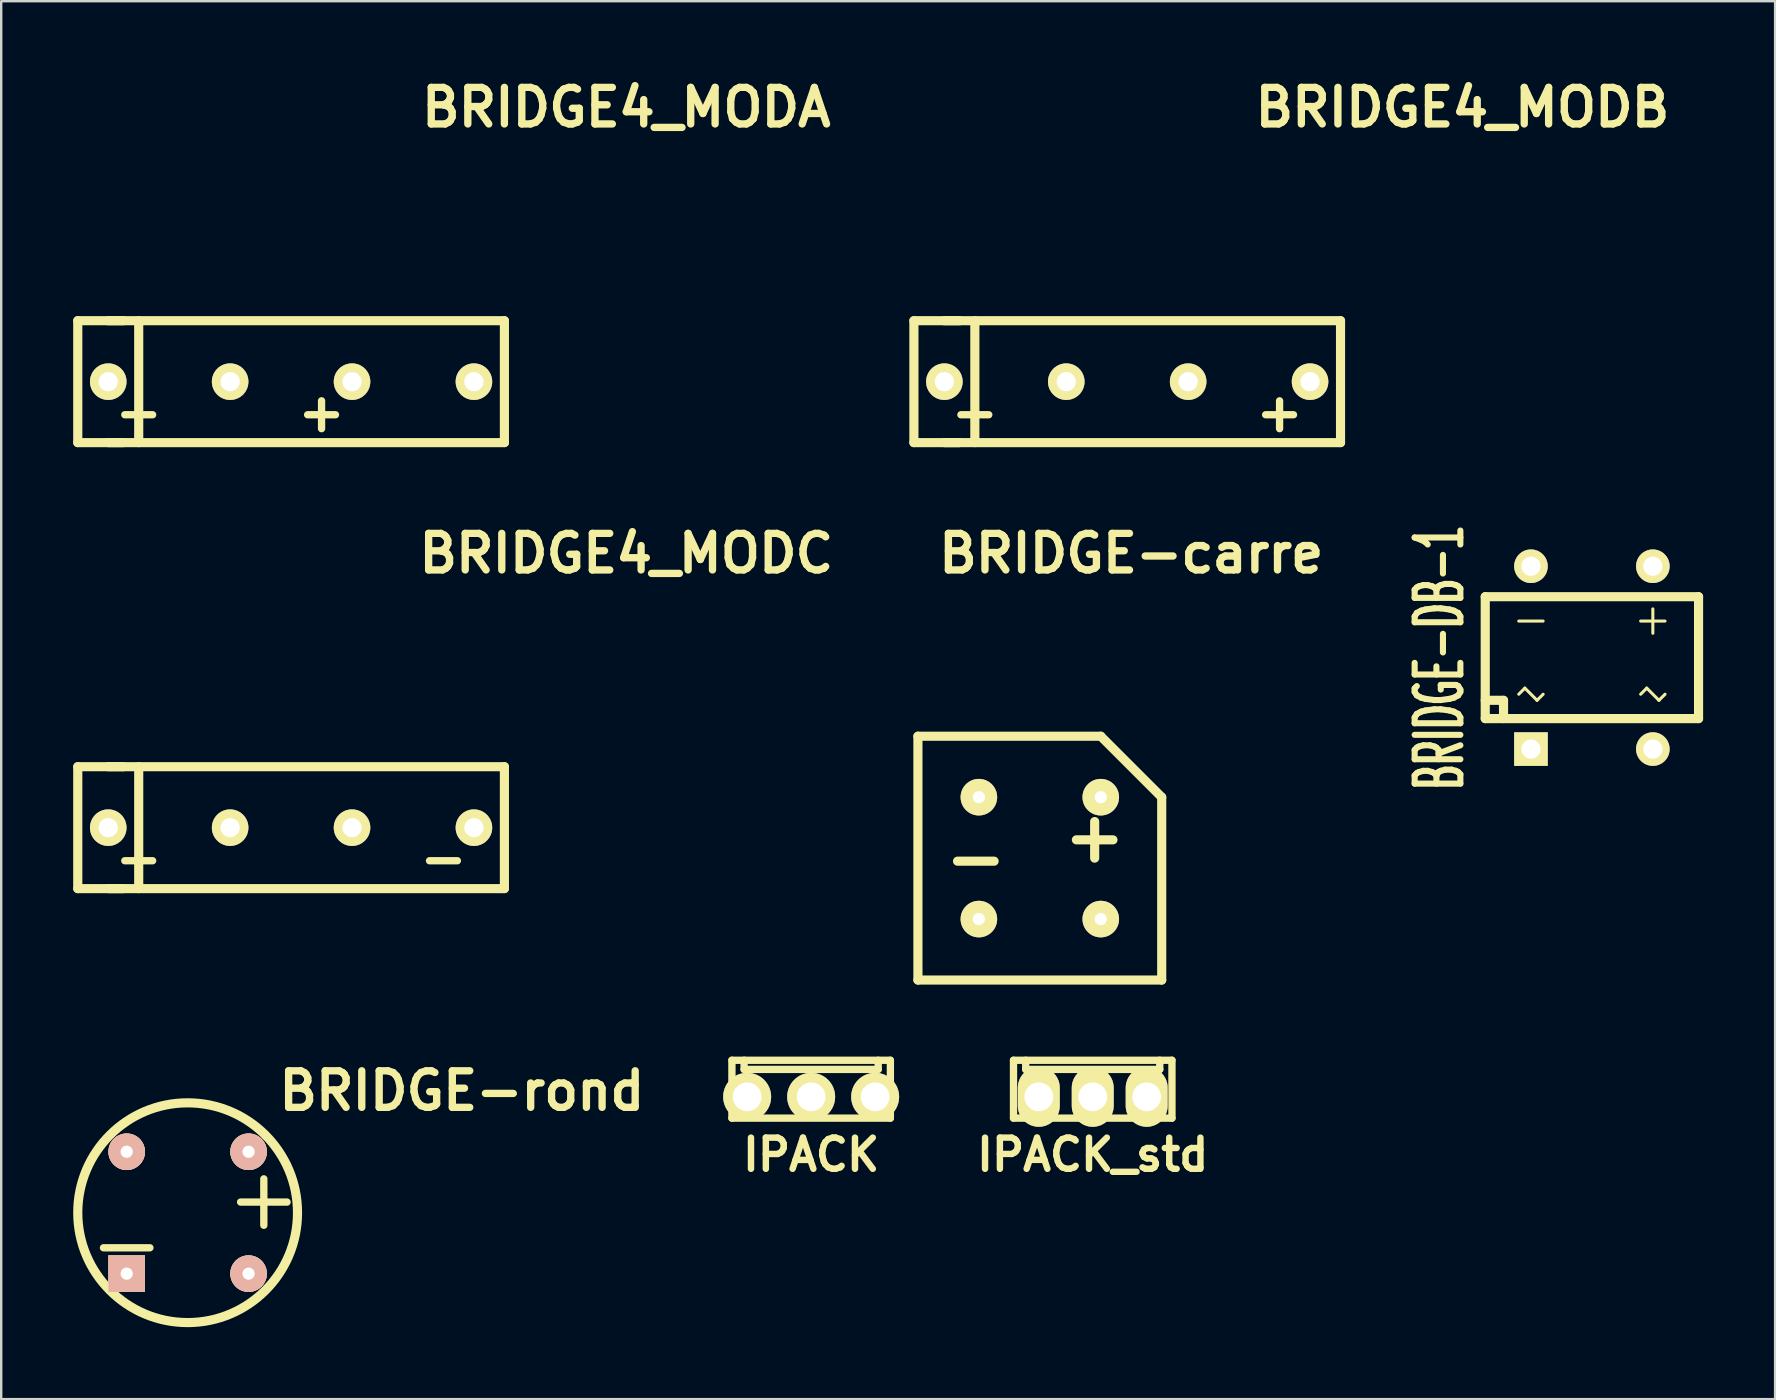
<source format=kicad_pcb>
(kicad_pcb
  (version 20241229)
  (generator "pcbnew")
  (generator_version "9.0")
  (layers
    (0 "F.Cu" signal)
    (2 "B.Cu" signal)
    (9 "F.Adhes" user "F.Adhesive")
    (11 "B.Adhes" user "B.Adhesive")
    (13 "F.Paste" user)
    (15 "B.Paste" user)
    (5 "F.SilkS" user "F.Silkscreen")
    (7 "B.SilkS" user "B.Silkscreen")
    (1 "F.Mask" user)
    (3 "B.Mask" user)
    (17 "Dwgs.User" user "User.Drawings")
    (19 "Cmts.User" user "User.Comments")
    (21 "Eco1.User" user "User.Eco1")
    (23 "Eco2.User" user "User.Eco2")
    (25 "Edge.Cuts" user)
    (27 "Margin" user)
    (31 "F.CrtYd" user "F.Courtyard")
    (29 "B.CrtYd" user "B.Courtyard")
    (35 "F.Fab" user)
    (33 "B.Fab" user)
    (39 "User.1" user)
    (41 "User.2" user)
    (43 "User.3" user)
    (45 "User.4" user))
  (footprint "BRIDGE4_MODB"
    (layer "F.Cu")
    (at 43.927 12.856)
    (property "Reference" "BRIDGE4_MODB" (at 13.97 -11.43 0) (layer "F.SilkS") (effects (font (size 1.524 1.524) (thickness 0.305))))
    (attr through_hole)
    (fp_line (start -8.89 2.54) (end -8.89 -2.54) (stroke (width 0.381) (type solid)) (layer "F.SilkS"))
    (fp_line (start -8.89 2.54) (end 8.89 2.54) (stroke (width 0.381) (type solid)) (layer "F.SilkS"))
    (fp_line (start -7.62 -2.54) (end -6.985 -2.54) (stroke (width 0.381) (type solid)) (layer "F.SilkS"))
    (fp_line (start -6.985 2.54) (end -7.62 2.54) (stroke (width 0.381) (type solid)) (layer "F.SilkS"))
    (fp_line (start -6.35 -2.54) (end -6.35 2.54) (stroke (width 0.381) (type solid)) (layer "F.SilkS"))
    (fp_line (start 8.89 -2.54) (end -8.89 -2.54) (stroke (width 0.381) (type solid)) (layer "F.SilkS"))
    (fp_line (start 8.89 2.54) (end 8.89 -2.54) (stroke (width 0.381) (type solid)) (layer "F.SilkS"))
    (fp_text user "+" (at 6.35 1.27 0) (layer "F.SilkS") (effects (font (size 1.524 1.524) (thickness 0.305))))
    (fp_text user "-" (at -6.35 1.27 0) (layer "F.SilkS") (effects (font (size 1.524 1.524) (thickness 0.305))))
    (pad "1" thru_hole circle (at -7.62 0) (size 1.524 1.524) (drill 0.8) (layers "*.Cu" "*.Mask" "F.SilkS"))
    (pad "2" thru_hole circle (at -2.54 0) (size 1.524 1.524) (drill 0.8) (layers "*.Cu" "*.Mask" "F.SilkS"))
    (pad "3" thru_hole circle (at 7.62 0) (size 1.524 1.524) (drill 0.8) (layers "*.Cu" "*.Mask" "F.SilkS"))
    (pad "4" thru_hole circle (at 2.54 0) (size 1.524 1.524) (drill 0.8) (layers "*.Cu" "*.Mask" "F.SilkS")))
  (footprint "BRIDGE-rond"
    (layer "F.Cu")
    (at 4.77 47.49)
    (property "Reference" "BRIDGE-rond" (at 11.43 -5.08 0) (layer "F.SilkS") (effects (font (size 1.524 1.524) (thickness 0.305))))
    (attr through_hole)
    (fp_circle (center 0 0) (end 3.81 2.54) (stroke (width 0.381) (type solid)) (fill no) (layer "F.SilkS"))
    (fp_text user "+" (at 3.175 -0.635 0) (layer "F.SilkS") (effects (font (size 2.54 2.54) (thickness 0.305))))
    (fp_text user "-" (at -2.54 1.27 0) (layer "F.SilkS") (effects (font (size 2.54 2.54) (thickness 0.305))))
    (pad "1" thru_hole rect (at -2.54 2.54) (size 1.524 1.524) (drill 0.508) (layers "*.Cu" "*.SilkS" "*.Mask"))
    (pad "2" thru_hole circle (at 2.54 2.54) (size 1.524 1.524) (drill 0.508) (layers "*.Cu" "*.SilkS" "*.Mask"))
    (pad "3" thru_hole circle (at 2.54 -2.54) (size 1.524 1.524) (drill 0.508) (layers "*.Cu" "*.SilkS" "*.Mask"))
    (pad "4" thru_hole circle (at -2.54 -2.54) (size 1.524 1.524) (drill 0.508) (layers "*.Cu" "*.SilkS" "*.Mask")))
  (footprint "BRIDGE-carre"
    (layer "F.Cu")
    (at 35.205 27.633)
    (property "Reference" "BRIDGE-carre" (at 8.89 -7.62 0) (layer "F.SilkS") (effects (font (size 1.524 1.524) (thickness 0.305))))
    (attr through_hole)
    (fp_line (start 0 0) (end 0 10.16) (stroke (width 0.381) (type solid)) (layer "F.SilkS"))
    (fp_line (start 0 10.16) (end 10.16 10.16) (stroke (width 0.381) (type solid)) (layer "F.SilkS"))
    (fp_line (start 1.651 5.207) (end 3.175 5.207) (stroke (width 0.381) (type solid)) (layer "F.SilkS"))
    (fp_line (start 6.604 4.318) (end 8.128 4.318) (stroke (width 0.381) (type solid)) (layer "F.SilkS"))
    (fp_line (start 7.366 3.556) (end 7.366 5.08) (stroke (width 0.381) (type solid)) (layer "F.SilkS"))
    (fp_line (start 7.62 0) (end 0 0) (stroke (width 0.381) (type solid)) (layer "F.SilkS"))
    (fp_line (start 10.16 2.54) (end 7.62 0) (stroke (width 0.381) (type solid)) (layer "F.SilkS"))
    (fp_line (start 10.16 10.16) (end 10.16 2.54) (stroke (width 0.381) (type solid)) (layer "F.SilkS"))
    (pad "1" thru_hole circle (at 2.54 7.62) (size 1.524 1.524) (drill 0.508) (layers "*.Cu" "*.Mask" "F.SilkS"))
    (pad "2" thru_hole circle (at 2.54 2.54) (size 1.524 1.524) (drill 0.508) (layers "*.Cu" "*.Mask" "F.SilkS"))
    (pad "3" thru_hole circle (at 7.62 2.54) (size 1.524 1.524) (drill 0.508) (layers "*.Cu" "*.Mask" "F.SilkS"))
    (pad "4" thru_hole circle (at 7.62 7.62) (size 1.524 1.524) (drill 0.508) (layers "*.Cu" "*.Mask" "F.SilkS")))
  (footprint "IPACK"
    (layer "F.Cu")
    (at 30.755 42.66)
    (property "Reference" "IPACK" (at 0 2.413 0) (layer "F.SilkS") (effects (font (size 1.3 1.3) (thickness 0.269))))
    (attr through_hole)
    (fp_line (start -3.302 -1.524) (end 3.302 -1.524) (stroke (width 0.305) (type solid)) (layer "F.SilkS"))
    (fp_line (start -3.302 0.889) (end -3.302 -1.524) (stroke (width 0.305) (type solid)) (layer "F.SilkS"))
    (fp_line (start -2.794 -1.524) (end -2.794 -1.143) (stroke (width 0.305) (type solid)) (layer "F.SilkS"))
    (fp_line (start -2.794 -1.143) (end 2.794 -1.143) (stroke (width 0.305) (type solid)) (layer "F.SilkS"))
    (fp_line (start 2.794 -1.143) (end 2.794 -1.524) (stroke (width 0.305) (type solid)) (layer "F.SilkS"))
    (fp_line (start 3.302 -1.524) (end 3.302 0.889) (stroke (width 0.305) (type solid)) (layer "F.SilkS"))
    (fp_line (start 3.302 0.889) (end -3.302 0.889) (stroke (width 0.305) (type solid)) (layer "F.SilkS"))
    (pad "1" thru_hole circle (at -2.667 0) (size 1.999 1.999) (drill 1.199) (layers "*.Cu" "*.Mask" "F.SilkS"))
    (pad "2" thru_hole circle (at 0 0) (size 1.999 1.999) (drill 1.199) (layers "*.Cu" "*.Mask" "F.SilkS"))
    (pad "3" thru_hole circle (at 2.667 0) (size 1.999 1.999) (drill 1.199) (layers "*.Cu" "*.Mask" "F.SilkS")))
  (footprint "BRIDGE-DB-1"
    (layer "F.Cu")
    (at 63.293 24.358)
    (property "Reference" "BRIDGE-DB-1" (at -6.35 0 90) (layer "F.SilkS") (effects (font (size 1.905 1.016) (thickness 0.254))))
    (attr through_hole)
    (fp_line (start -4.445 -2.54) (end 4.445 -2.54) (stroke (width 0.381) (type solid)) (layer "F.SilkS"))
    (fp_line (start -4.445 1.778) (end -3.683 1.778) (stroke (width 0.381) (type solid)) (layer "F.SilkS"))
    (fp_line (start -4.445 2.54) (end -4.445 -2.54) (stroke (width 0.381) (type solid)) (layer "F.SilkS"))
    (fp_line (start -3.683 1.778) (end -3.683 2.54) (stroke (width 0.381) (type solid)) (layer "F.SilkS"))
    (fp_line (start -3.048 -1.524) (end -2.032 -1.524) (stroke (width 0.127) (type solid)) (layer "F.SilkS"))
    (fp_line (start -3.048 1.524) (end -2.794 1.27) (stroke (width 0.127) (type solid)) (layer "F.SilkS"))
    (fp_line (start -2.794 1.27) (end -2.286 1.778) (stroke (width 0.127) (type solid)) (layer "F.SilkS"))
    (fp_line (start -2.286 1.778) (end -2.032 1.524) (stroke (width 0.127) (type solid)) (layer "F.SilkS"))
    (fp_line (start 2.032 1.524) (end 2.286 1.27) (stroke (width 0.127) (type solid)) (layer "F.SilkS"))
    (fp_line (start 2.286 1.27) (end 2.794 1.778) (stroke (width 0.127) (type solid)) (layer "F.SilkS"))
    (fp_line (start 2.54 -2.032) (end 2.54 -1.016) (stroke (width 0.127) (type solid)) (layer "F.SilkS"))
    (fp_line (start 2.794 1.778) (end 3.048 1.524) (stroke (width 0.127) (type solid)) (layer "F.SilkS"))
    (fp_line (start 3.048 -1.524) (end 2.032 -1.524) (stroke (width 0.127) (type solid)) (layer "F.SilkS"))
    (fp_line (start 4.445 -2.54) (end 4.445 2.54) (stroke (width 0.381) (type solid)) (layer "F.SilkS"))
    (fp_line (start 4.445 2.54) (end -4.445 2.54) (stroke (width 0.381) (type solid)) (layer "F.SilkS"))
    (pad "1" thru_hole rect (at -2.54 3.81) (size 1.4 1.4) (drill 0.8) (layers "*.Cu" "*.Mask" "F.SilkS"))
    (pad "2" thru_hole circle (at 2.54 3.81) (size 1.4 1.4) (drill 0.8) (layers "*.Cu" "*.Mask" "F.SilkS"))
    (pad "3" thru_hole circle (at 2.54 -3.81) (size 1.4 1.4) (drill 0.8) (layers "*.Cu" "*.Mask" "F.SilkS"))
    (pad "4" thru_hole circle (at -2.54 -3.81) (size 1.4 1.4) (drill 0.8) (layers "*.Cu" "*.Mask" "F.SilkS")))
  (footprint "IPACK_std"
    (layer "F.Cu")
    (at 42.49 42.66)
    (property "Reference" "IPACK_std" (at 0 2.413 0) (layer "F.SilkS") (effects (font (size 1.3 1.3) (thickness 0.267))))
    (attr through_hole)
    (fp_line (start -3.302 -1.524) (end 3.302 -1.524) (stroke (width 0.305) (type solid)) (layer "F.SilkS"))
    (fp_line (start -3.302 0.889) (end -3.302 -1.524) (stroke (width 0.305) (type solid)) (layer "F.SilkS"))
    (fp_line (start -2.794 -1.524) (end -2.794 -1.143) (stroke (width 0.305) (type solid)) (layer "F.SilkS"))
    (fp_line (start -2.794 -1.143) (end 2.794 -1.143) (stroke (width 0.305) (type solid)) (layer "F.SilkS"))
    (fp_line (start 2.794 -1.143) (end 2.794 -1.524) (stroke (width 0.305) (type solid)) (layer "F.SilkS"))
    (fp_line (start 3.302 -1.524) (end 3.302 0.889) (stroke (width 0.305) (type solid)) (layer "F.SilkS"))
    (fp_line (start 3.302 0.889) (end -3.302 0.889) (stroke (width 0.305) (type solid)) (layer "F.SilkS"))
    (pad "1" thru_hole oval (at -2.248 0) (size 1.748 2.499) (drill 1.199) (layers "*.Cu" "*.Mask" "F.SilkS"))
    (pad "2" thru_hole oval (at 0 0) (size 1.748 2.499) (drill 1.199) (layers "*.Cu" "*.Mask" "F.SilkS"))
    (pad "3" thru_hole oval (at 2.248 0) (size 1.748 2.499) (drill 1.199) (layers "*.Cu" "*.Mask" "F.SilkS")))
  (footprint "BRIDGE4_MODA"
    (layer "F.Cu")
    (at 9.081 12.856)
    (property "Reference" "BRIDGE4_MODA" (at 13.97 -11.43 0) (layer "F.SilkS") (effects (font (size 1.524 1.524) (thickness 0.305))))
    (attr through_hole)
    (fp_line (start -8.89 2.54) (end -8.89 -2.54) (stroke (width 0.381) (type solid)) (layer "F.SilkS"))
    (fp_line (start -8.89 2.54) (end 8.89 2.54) (stroke (width 0.381) (type solid)) (layer "F.SilkS"))
    (fp_line (start -7.62 -2.54) (end -6.985 -2.54) (stroke (width 0.381) (type solid)) (layer "F.SilkS"))
    (fp_line (start -6.985 2.54) (end -7.62 2.54) (stroke (width 0.381) (type solid)) (layer "F.SilkS"))
    (fp_line (start -6.35 -2.54) (end -6.35 2.54) (stroke (width 0.381) (type solid)) (layer "F.SilkS"))
    (fp_line (start 8.89 -2.54) (end -8.89 -2.54) (stroke (width 0.381) (type solid)) (layer "F.SilkS"))
    (fp_line (start 8.89 2.54) (end 8.89 -2.54) (stroke (width 0.381) (type solid)) (layer "F.SilkS"))
    (fp_text user "+" (at 1.27 1.27 0) (layer "F.SilkS") (effects (font (size 1.524 1.524) (thickness 0.305))))
    (fp_text user "-" (at -6.35 1.27 0) (layer "F.SilkS") (effects (font (size 1.524 1.524) (thickness 0.305))))
    (pad "1" thru_hole circle (at -7.62 0) (size 1.524 1.524) (drill 0.8) (layers "*.Cu" "*.Mask" "F.SilkS"))
    (pad "2" thru_hole circle (at -2.54 0) (size 1.524 1.524) (drill 0.8) (layers "*.Cu" "*.Mask" "F.SilkS"))
    (pad "3" thru_hole circle (at 2.54 0) (size 1.524 1.524) (drill 0.8) (layers "*.Cu" "*.Mask" "F.SilkS"))
    (pad "4" thru_hole circle (at 7.62 0) (size 1.524 1.524) (drill 0.8) (layers "*.Cu" "*.Mask" "F.SilkS")))
  (footprint "BRIDGE4_MODC"
    (layer "F.Cu")
    (at 9.081 31.443)
    (property "Reference" "BRIDGE4_MODC" (at 13.97 -11.43 0) (layer "F.SilkS") (effects (font (size 1.524 1.524) (thickness 0.305))))
    (attr through_hole)
    (fp_line (start -8.89 2.54) (end -8.89 -2.54) (stroke (width 0.381) (type solid)) (layer "F.SilkS"))
    (fp_line (start -8.89 2.54) (end 8.89 2.54) (stroke (width 0.381) (type solid)) (layer "F.SilkS"))
    (fp_line (start -7.62 -2.54) (end -6.985 -2.54) (stroke (width 0.381) (type solid)) (layer "F.SilkS"))
    (fp_line (start -6.985 2.54) (end -7.62 2.54) (stroke (width 0.381) (type solid)) (layer "F.SilkS"))
    (fp_line (start -6.35 -2.54) (end -6.35 2.54) (stroke (width 0.381) (type solid)) (layer "F.SilkS"))
    (fp_line (start 8.89 -2.54) (end -8.89 -2.54) (stroke (width 0.381) (type solid)) (layer "F.SilkS"))
    (fp_line (start 8.89 2.54) (end 8.89 -2.54) (stroke (width 0.381) (type solid)) (layer "F.SilkS"))
    (fp_text user "+" (at -6.35 1.27 0) (layer "F.SilkS") (effects (font (size 1.524 1.524) (thickness 0.305))))
    (fp_text user "-" (at 6.35 1.27 0) (layer "F.SilkS") (effects (font (size 1.524 1.524) (thickness 0.305))))
    (pad "1" thru_hole circle (at 7.62 0) (size 1.524 1.524) (drill 0.8) (layers "*.Cu" "*.Mask" "F.SilkS"))
    (pad "2" thru_hole circle (at 2.54 0) (size 1.524 1.524) (drill 0.8) (layers "*.Cu" "*.Mask" "F.SilkS"))
    (pad "3" thru_hole circle (at -7.62 0) (size 1.524 1.524) (drill 0.8) (layers "*.Cu" "*.Mask" "F.SilkS"))
    (pad "4" thru_hole circle (at -2.54 0) (size 1.524 1.524) (drill 0.8) (layers "*.Cu" "*.Mask" "F.SilkS")))
  (gr_rect
    (start -3 -3)
    (end 70.928 55.26)
    (stroke (width 0.1) (type default))
    (fill no)
    (layer "Edge.Cuts")))
</source>
